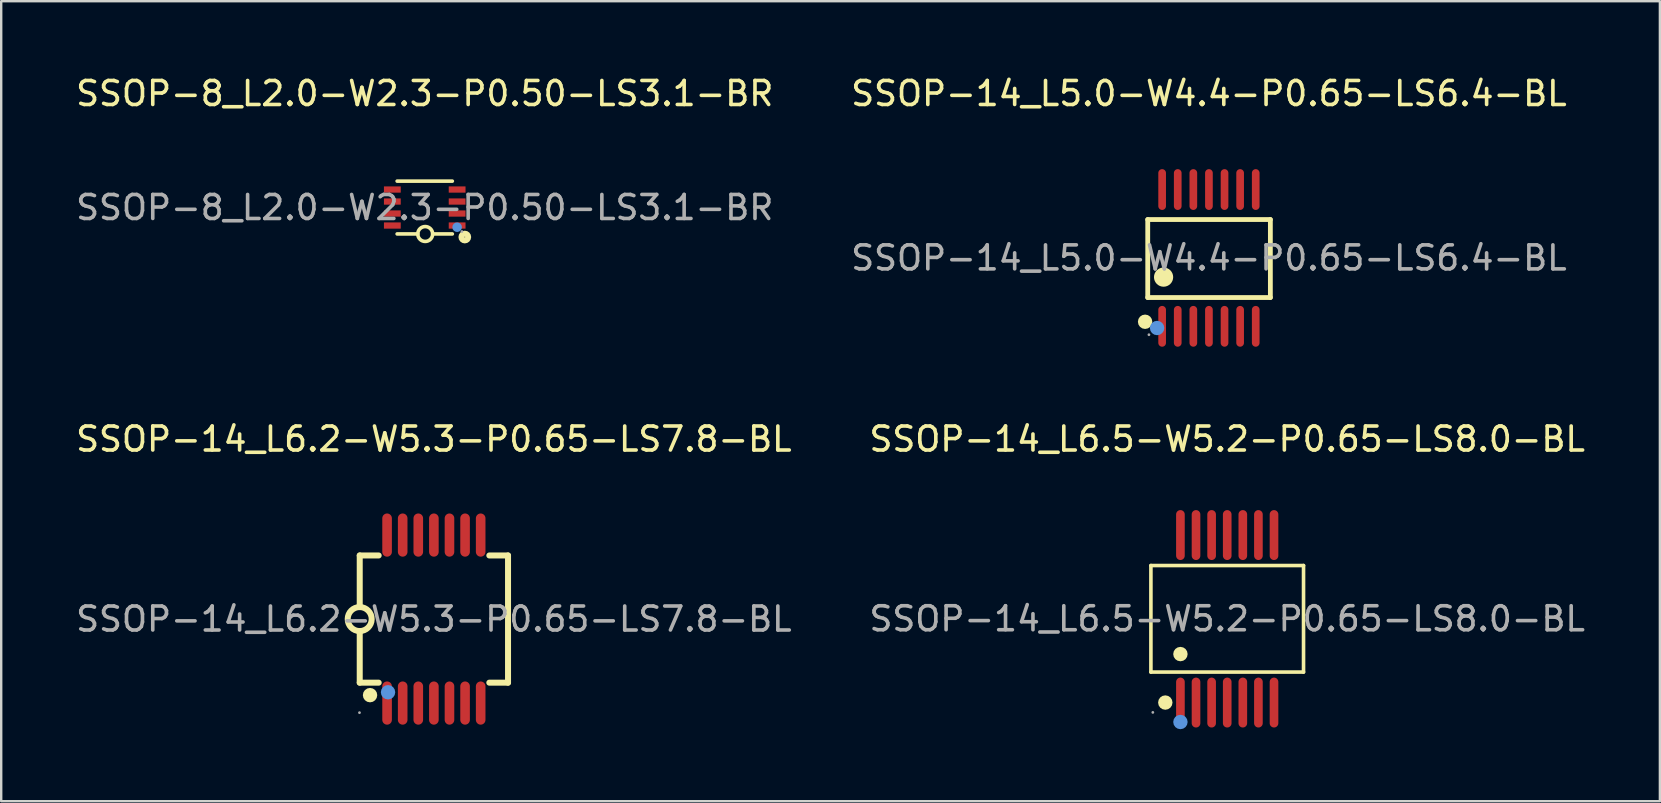
<source format=kicad_pcb>
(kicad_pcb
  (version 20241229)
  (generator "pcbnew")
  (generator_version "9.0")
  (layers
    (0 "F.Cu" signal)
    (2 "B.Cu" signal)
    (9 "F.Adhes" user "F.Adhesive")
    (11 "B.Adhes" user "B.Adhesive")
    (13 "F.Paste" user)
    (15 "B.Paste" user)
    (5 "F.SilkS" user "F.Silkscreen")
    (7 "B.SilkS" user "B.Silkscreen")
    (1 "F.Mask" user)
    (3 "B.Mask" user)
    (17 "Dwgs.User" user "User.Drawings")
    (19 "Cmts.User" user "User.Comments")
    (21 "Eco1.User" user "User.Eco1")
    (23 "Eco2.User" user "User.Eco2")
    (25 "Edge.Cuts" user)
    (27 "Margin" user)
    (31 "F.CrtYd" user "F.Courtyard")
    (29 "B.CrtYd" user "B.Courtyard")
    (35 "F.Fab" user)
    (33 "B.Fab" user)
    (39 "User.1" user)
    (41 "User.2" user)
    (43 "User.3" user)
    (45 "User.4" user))
  (footprint "SSOP-8_L2.0-W2.3-P0.50-LS3.1-BR"
    (layer "F.Cu")
    (at 14.649 5.598)
    (property "Reference" "SSOP-8_L2.0-W2.3-P0.50-LS3.1-BR" (at 0 -4.75 0) (layer "F.SilkS") (effects (font (size 1 1) (thickness 0.15))))
    (attr through_hole)
    (fp_line (start -1.15 -1.1) (end 1.15 -1.1) (stroke (width 0.15) (type solid)) (layer "F.SilkS"))
    (fp_line (start -1.15 1.1) (end -0.29 1.1) (stroke (width 0.15) (type solid)) (layer "F.SilkS"))
    (fp_line (start 1.15 1.1) (end 0.33 1.1) (stroke (width 0.15) (type solid)) (layer "F.SilkS"))
    (fp_arc (start 0.329953 1.10541) (mid -0.289988 1.097295) (end 0.33 1.1) (stroke (width 0.15) (type solid)) (layer "F.SilkS"))
    (fp_circle (center 1.67 1.23) (end 1.81 1.23) (stroke (width 0.25) (type solid)) (fill no) (layer "F.SilkS"))
    (fp_circle (center 1.35 0.82) (end 1.45 0.82) (stroke (width 0.2) (type solid)) (fill no) (layer "Cmts.User"))
    (fp_circle (center 1.55 1) (end 1.58 1) (stroke (width 0.06) (type solid)) (fill no) (layer "F.Fab"))
    (fp_text user "${REFERENCE}" (at 0 0 0) (layer "F.Fab") (effects (font (size 1 1) (thickness 0.15))))
    (pad "1" smd rect (at 1.35 0.75) (size 0.7 0.26) (layers "F.Cu" "F.Mask" "F.Paste"))
    (pad "2" smd rect (at 1.35 0.25) (size 0.7 0.26) (layers "F.Cu" "F.Mask" "F.Paste"))
    (pad "3" smd rect (at 1.35 -0.25) (size 0.7 0.26) (layers "F.Cu" "F.Mask" "F.Paste"))
    (pad "4" smd rect (at 1.35 -0.75) (size 0.7 0.26) (layers "F.Cu" "F.Mask" "F.Paste"))
    (pad "5" smd rect (at -1.35 -0.75) (size 0.7 0.26) (layers "F.Cu" "F.Mask" "F.Paste"))
    (pad "6" smd rect (at -1.35 -0.25) (size 0.7 0.26) (layers "F.Cu" "F.Mask" "F.Paste"))
    (pad "7" smd rect (at -1.35 0.25) (size 0.7 0.26) (layers "F.Cu" "F.Mask" "F.Paste"))
    (pad "8" smd rect (at -1.35 0.75) (size 0.7 0.26) (layers "F.Cu" "F.Mask" "F.Paste")))
  (footprint "SSOP-14_L6.2-W5.3-P0.65-LS7.8-BL"
    (layer "F.Cu")
    (at 15.03 22.747)
    (property "Reference" "SSOP-14_L6.2-W5.3-P0.65-LS7.8-BL" (at 0 -7.5 0) (layer "F.SilkS") (effects (font (size 1 1) (thickness 0.15))))
    (attr through_hole)
    (fp_line (start -3.09 -2.65) (end -2.3 -2.65) (stroke (width 0.25) (type solid)) (layer "F.SilkS"))
    (fp_line (start -3.09 -0.5) (end -3.09 -2.65) (stroke (width 0.25) (type solid)) (layer "F.SilkS"))
    (fp_line (start -3.09 2.65) (end -3.09 0.5) (stroke (width 0.25) (type solid)) (layer "F.SilkS"))
    (fp_line (start -2.3 2.65) (end -3.09 2.65) (stroke (width 0.25) (type solid)) (layer "F.SilkS"))
    (fp_line (start 2.31 -2.65) (end 3.09 -2.65) (stroke (width 0.25) (type solid)) (layer "F.SilkS"))
    (fp_line (start 3.09 -2.65) (end 3.09 2.65) (stroke (width 0.25) (type solid)) (layer "F.SilkS"))
    (fp_line (start 3.09 2.65) (end 2.31 2.65) (stroke (width 0.25) (type solid)) (layer "F.SilkS"))
    (fp_arc (start -3.081274 -0.499924) (mid -3.094363 0.499981) (end -3.09 -0.5) (stroke (width 0.25) (type solid)) (layer "F.SilkS"))
    (fp_arc (start -2.66 3.17) (mid -2.66 3.17) (end -2.66 3.17) (stroke (width 0.3) (type solid)) (layer "F.SilkS"))
    (fp_circle (center -1.91 3.05) (end -1.76 3.05) (stroke (width 0.3) (type solid)) (fill no) (layer "Cmts.User"))
    (fp_circle (center -3.1 3.9) (end -3.07 3.9) (stroke (width 0.06) (type solid)) (fill no) (layer "F.Fab"))
    (fp_text user "${REFERENCE}" (at 0 0 0) (layer "F.Fab") (effects (font (size 1 1) (thickness 0.15))))
    (pad "1" smd oval (at -1.95 3.5 270) (size 1.8 0.4) (layers "F.Cu" "F.Mask" "F.Paste"))
    (pad "2" smd oval (at -1.3 3.5 270) (size 1.8 0.4) (layers "F.Cu" "F.Mask" "F.Paste"))
    (pad "3" smd oval (at -0.65 3.5 270) (size 1.8 0.4) (layers "F.Cu" "F.Mask" "F.Paste"))
    (pad "4" smd oval (at 0 3.5 270) (size 1.8 0.4) (layers "F.Cu" "F.Mask" "F.Paste"))
    (pad "5" smd oval (at 0.65 3.5 270) (size 1.8 0.4) (layers "F.Cu" "F.Mask" "F.Paste"))
    (pad "6" smd oval (at 1.3 3.5 270) (size 1.8 0.4) (layers "F.Cu" "F.Mask" "F.Paste"))
    (pad "7" smd oval (at 1.95 3.5 270) (size 1.8 0.4) (layers "F.Cu" "F.Mask" "F.Paste"))
    (pad "8" smd oval (at 1.95 -3.5 90) (size 1.8 0.4) (layers "F.Cu" "F.Mask" "F.Paste"))
    (pad "9" smd oval (at 1.3 -3.5 90) (size 1.8 0.4) (layers "F.Cu" "F.Mask" "F.Paste"))
    (pad "10" smd oval (at 0.65 -3.5 90) (size 1.8 0.4) (layers "F.Cu" "F.Mask" "F.Paste"))
    (pad "11" smd oval (at 0 -3.5 90) (size 1.8 0.4) (layers "F.Cu" "F.Mask" "F.Paste"))
    (pad "12" smd oval (at -0.65 -3.5 90) (size 1.8 0.4) (layers "F.Cu" "F.Mask" "F.Paste"))
    (pad "13" smd oval (at -1.3 -3.5 90) (size 1.8 0.4) (layers "F.Cu" "F.Mask" "F.Paste"))
    (pad "14" smd oval (at -1.95 -3.5 90) (size 1.8 0.4) (layers "F.Cu" "F.Mask" "F.Paste")))
  (footprint "SSOP-14_L5.0-W4.4-P0.65-LS6.4-BL"
    (layer "F.Cu")
    (at 47.327 7.698)
    (property "Reference" "SSOP-14_L5.0-W4.4-P0.65-LS6.4-BL" (at 0 -6.85 0) (layer "F.SilkS") (effects (font (size 1 1) (thickness 0.15))))
    (attr through_hole)
    (fp_line (start -2.55 -1.6) (end 2.56 -1.6) (stroke (width 0.2) (type solid)) (layer "F.SilkS"))
    (fp_line (start -2.55 1.65) (end -2.55 -1.6) (stroke (width 0.2) (type solid)) (layer "F.SilkS"))
    (fp_line (start 2.56 -1.6) (end 2.56 1.65) (stroke (width 0.2) (type solid)) (layer "F.SilkS"))
    (fp_line (start 2.56 1.65) (end -2.55 1.65) (stroke (width 0.2) (type solid)) (layer "F.SilkS"))
    (fp_arc (start -2.66 2.66) (mid -2.66 2.66) (end -2.66 2.66) (stroke (width 0.3) (type solid)) (layer "F.SilkS"))
    (fp_arc (start -1.89 0.8) (mid -1.89 0.8) (end -1.89 0.8) (stroke (width 0.4) (type solid)) (layer "F.SilkS"))
    (fp_circle (center -2.16 2.92) (end -2.01 2.92) (stroke (width 0.3) (type solid)) (fill no) (layer "Cmts.User"))
    (fp_circle (center -2.5 3.2) (end -2.47 3.2) (stroke (width 0.06) (type solid)) (fill no) (layer "F.Fab"))
    (fp_text user "${REFERENCE}" (at 0 0 0) (layer "F.Fab") (effects (font (size 1 1) (thickness 0.15))))
    (pad "1" smd oval (at -1.95 2.85 180) (size 0.32 1.7) (layers "F.Cu" "F.Mask" "F.Paste"))
    (pad "2" smd oval (at -1.3 2.85 180) (size 0.32 1.7) (layers "F.Cu" "F.Mask" "F.Paste"))
    (pad "3" smd oval (at -0.65 2.85 180) (size 0.32 1.7) (layers "F.Cu" "F.Mask" "F.Paste"))
    (pad "4" smd oval (at 0 2.85 180) (size 0.32 1.7) (layers "F.Cu" "F.Mask" "F.Paste"))
    (pad "5" smd oval (at 0.65 2.85 180) (size 0.32 1.7) (layers "F.Cu" "F.Mask" "F.Paste"))
    (pad "6" smd oval (at 1.3 2.85 180) (size 0.32 1.7) (layers "F.Cu" "F.Mask" "F.Paste"))
    (pad "7" smd oval (at 1.95 2.85 180) (size 0.32 1.7) (layers "F.Cu" "F.Mask" "F.Paste"))
    (pad "8" smd oval (at 1.95 -2.85 180) (size 0.32 1.7) (layers "F.Cu" "F.Mask" "F.Paste"))
    (pad "9" smd oval (at 1.3 -2.85 180) (size 0.32 1.7) (layers "F.Cu" "F.Mask" "F.Paste"))
    (pad "10" smd oval (at 0.65 -2.85 180) (size 0.32 1.7) (layers "F.Cu" "F.Mask" "F.Paste"))
    (pad "11" smd oval (at 0 -2.85 180) (size 0.32 1.7) (layers "F.Cu" "F.Mask" "F.Paste"))
    (pad "12" smd oval (at -0.65 -2.85 180) (size 0.32 1.7) (layers "F.Cu" "F.Mask" "F.Paste"))
    (pad "13" smd oval (at -1.3 -2.85 180) (size 0.32 1.7) (layers "F.Cu" "F.Mask" "F.Paste"))
    (pad "14" smd oval (at -1.95 -2.85 180) (size 0.32 1.7) (layers "F.Cu" "F.Mask" "F.Paste")))
  (footprint "SSOP-14_L6.5-W5.2-P0.65-LS8.0-BL"
    (layer "F.Cu")
    (at 48.089 22.736)
    (property "Reference" "SSOP-14_L6.5-W5.2-P0.65-LS8.0-BL" (at 0 -7.49 0) (layer "F.SilkS") (effects (font (size 1 1) (thickness 0.15))))
    (attr through_hole)
    (fp_line (start -3.18 -2.22) (end 3.18 -2.22) (stroke (width 0.15) (type solid)) (layer "F.SilkS"))
    (fp_line (start -3.18 2.22) (end -3.18 -2.22) (stroke (width 0.15) (type solid)) (layer "F.SilkS"))
    (fp_line (start 3.18 -2.22) (end 3.18 2.22) (stroke (width 0.15) (type solid)) (layer "F.SilkS"))
    (fp_line (start 3.18 2.22) (end -3.18 2.22) (stroke (width 0.15) (type solid)) (layer "F.SilkS"))
    (fp_circle (center -2.58 3.49) (end -2.43 3.49) (stroke (width 0.3) (type solid)) (fill no) (layer "F.SilkS"))
    (fp_circle (center -1.95 1.47) (end -1.8 1.47) (stroke (width 0.3) (type solid)) (fill no) (layer "F.SilkS"))
    (fp_circle (center -1.95 4.3) (end -1.8 4.3) (stroke (width 0.3) (type solid)) (fill no) (layer "Cmts.User"))
    (fp_circle (center -3.1 3.9) (end -3.07 3.9) (stroke (width 0.06) (type solid)) (fill no) (layer "F.Fab"))
    (fp_text user "${REFERENCE}" (at 0 0 0) (layer "F.Fab") (effects (font (size 1 1) (thickness 0.15))))
    (pad "1" smd oval (at -1.95 3.49) (size 0.36 2.08) (layers "F.Cu" "F.Mask" "F.Paste"))
    (pad "2" smd oval (at -1.3 3.49) (size 0.36 2.08) (layers "F.Cu" "F.Mask" "F.Paste"))
    (pad "3" smd oval (at -0.65 3.49) (size 0.36 2.08) (layers "F.Cu" "F.Mask" "F.Paste"))
    (pad "4" smd oval (at 0 3.49) (size 0.36 2.08) (layers "F.Cu" "F.Mask" "F.Paste"))
    (pad "5" smd oval (at 0.65 3.49) (size 0.36 2.08) (layers "F.Cu" "F.Mask" "F.Paste"))
    (pad "6" smd oval (at 1.3 3.49) (size 0.36 2.08) (layers "F.Cu" "F.Mask" "F.Paste"))
    (pad "7" smd oval (at 1.95 3.49) (size 0.36 2.08) (layers "F.Cu" "F.Mask" "F.Paste"))
    (pad "8" smd oval (at 1.95 -3.49) (size 0.36 2.08) (layers "F.Cu" "F.Mask" "F.Paste"))
    (pad "9" smd oval (at 1.3 -3.49) (size 0.36 2.08) (layers "F.Cu" "F.Mask" "F.Paste"))
    (pad "10" smd oval (at 0.65 -3.49) (size 0.36 2.08) (layers "F.Cu" "F.Mask" "F.Paste"))
    (pad "11" smd oval (at 0 -3.49) (size 0.36 2.08) (layers "F.Cu" "F.Mask" "F.Paste"))
    (pad "12" smd oval (at -0.65 -3.49) (size 0.36 2.08) (layers "F.Cu" "F.Mask" "F.Paste"))
    (pad "13" smd oval (at -1.3 -3.49) (size 0.36 2.08) (layers "F.Cu" "F.Mask" "F.Paste"))
    (pad "14" smd oval (at -1.95 -3.49) (size 0.36 2.08) (layers "F.Cu" "F.Mask" "F.Paste")))
  (gr_rect
    (start -3 -3)
    (end 66.119 30.337)
    (stroke (width 0.1) (type default))
    (fill no)
    (layer "Edge.Cuts")))
</source>
